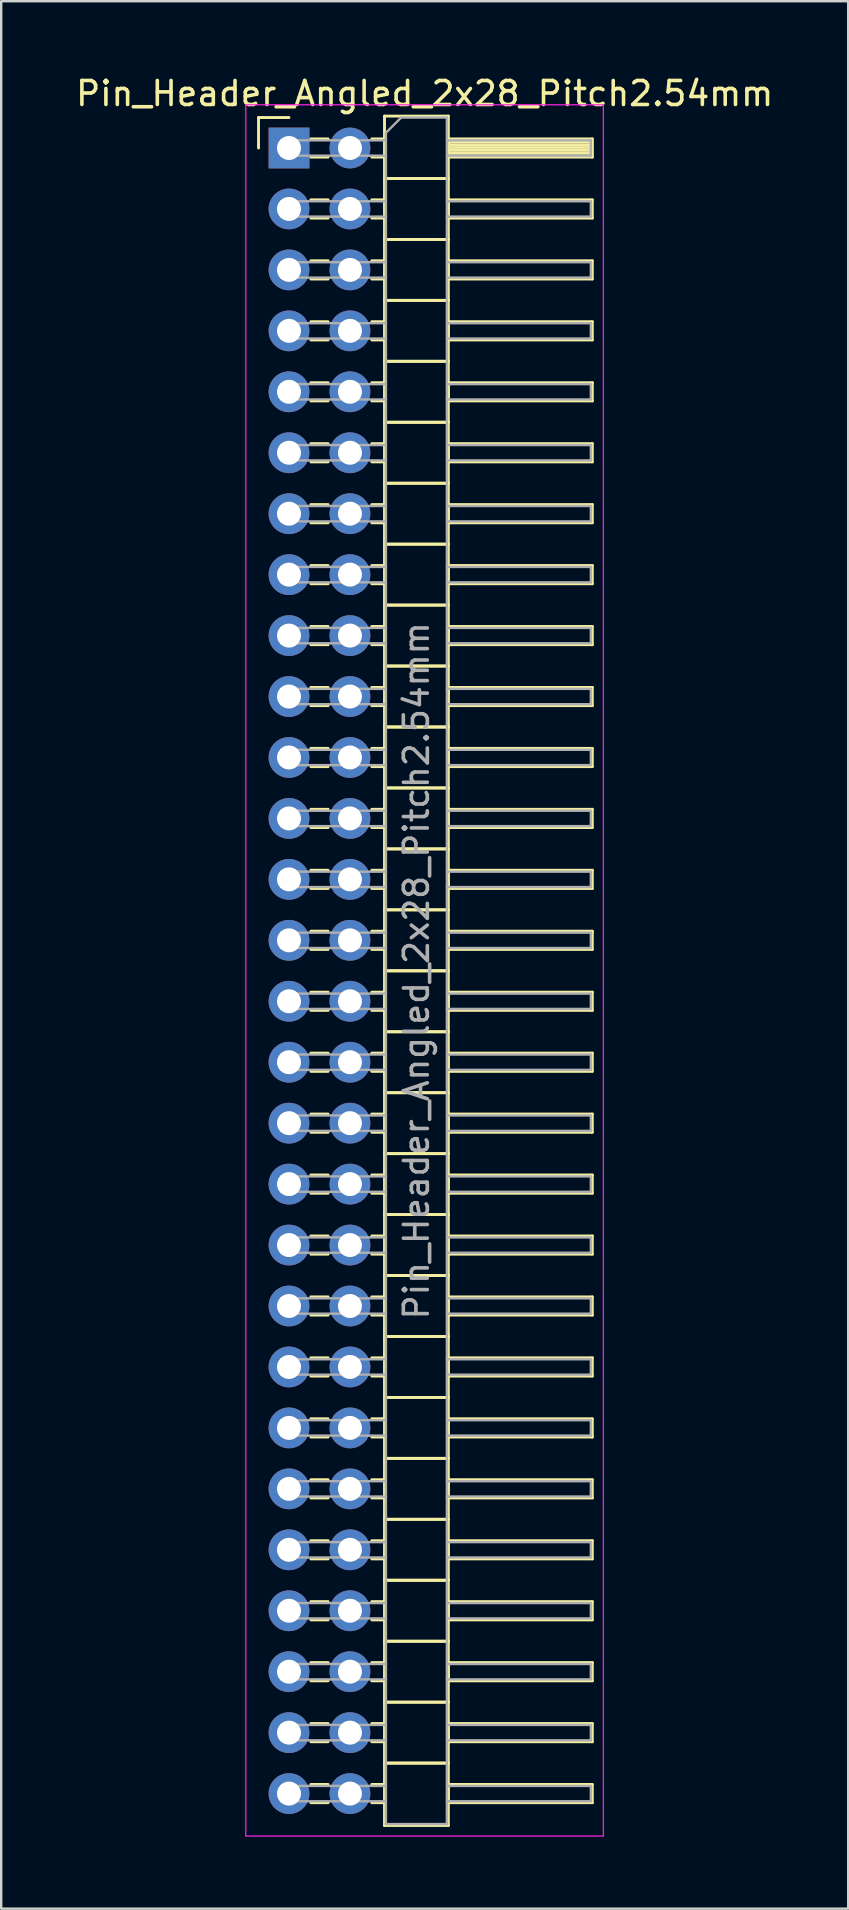
<source format=kicad_pcb>
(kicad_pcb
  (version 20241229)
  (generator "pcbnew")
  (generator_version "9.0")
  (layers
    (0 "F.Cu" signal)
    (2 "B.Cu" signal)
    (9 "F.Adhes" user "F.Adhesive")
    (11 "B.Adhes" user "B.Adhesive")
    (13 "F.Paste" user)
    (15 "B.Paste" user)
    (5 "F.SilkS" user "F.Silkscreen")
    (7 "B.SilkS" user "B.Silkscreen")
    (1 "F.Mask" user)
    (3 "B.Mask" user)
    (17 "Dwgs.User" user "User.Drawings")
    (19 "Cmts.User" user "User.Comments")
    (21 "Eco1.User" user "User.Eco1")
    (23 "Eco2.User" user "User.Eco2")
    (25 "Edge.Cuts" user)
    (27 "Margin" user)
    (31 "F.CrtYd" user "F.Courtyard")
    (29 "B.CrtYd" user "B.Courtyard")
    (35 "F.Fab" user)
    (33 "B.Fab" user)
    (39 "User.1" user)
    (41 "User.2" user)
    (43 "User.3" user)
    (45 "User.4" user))
  (footprint "Pin_Header_Angled_2x28_Pitch2.54mm"
    (layer "F.Cu")
    (at 8.994 3.118)
    (property "Reference" "Pin_Header_Angled_2x28_Pitch2.54mm" (at 5.655 -2.27 0) (layer "F.SilkS") (effects (font (size 1 1) (thickness 0.15))))
    (attr through_hole)
    (fp_line (start -1.27 -1.27) (end 0 -1.27) (stroke (width 0.12) (type solid)) (layer "F.SilkS"))
    (fp_line (start -1.27 0) (end -1.27 -1.27) (stroke (width 0.12) (type solid)) (layer "F.SilkS"))
    (fp_line (start 0.91 -0.38) (end 1.63 -0.38) (stroke (width 0.12) (type solid)) (layer "F.SilkS"))
    (fp_line (start 0.91 0.38) (end 1.63 0.38) (stroke (width 0.12) (type solid)) (layer "F.SilkS"))
    (fp_line (start 0.91 2.16) (end 1.63 2.16) (stroke (width 0.12) (type solid)) (layer "F.SilkS"))
    (fp_line (start 0.91 2.92) (end 1.63 2.92) (stroke (width 0.12) (type solid)) (layer "F.SilkS"))
    (fp_line (start 0.91 4.7) (end 1.63 4.7) (stroke (width 0.12) (type solid)) (layer "F.SilkS"))
    (fp_line (start 0.91 5.46) (end 1.63 5.46) (stroke (width 0.12) (type solid)) (layer "F.SilkS"))
    (fp_line (start 0.91 7.24) (end 1.63 7.24) (stroke (width 0.12) (type solid)) (layer "F.SilkS"))
    (fp_line (start 0.91 8) (end 1.63 8) (stroke (width 0.12) (type solid)) (layer "F.SilkS"))
    (fp_line (start 0.91 9.78) (end 1.63 9.78) (stroke (width 0.12) (type solid)) (layer "F.SilkS"))
    (fp_line (start 0.91 10.54) (end 1.63 10.54) (stroke (width 0.12) (type solid)) (layer "F.SilkS"))
    (fp_line (start 0.91 12.32) (end 1.63 12.32) (stroke (width 0.12) (type solid)) (layer "F.SilkS"))
    (fp_line (start 0.91 13.08) (end 1.63 13.08) (stroke (width 0.12) (type solid)) (layer "F.SilkS"))
    (fp_line (start 0.91 14.86) (end 1.63 14.86) (stroke (width 0.12) (type solid)) (layer "F.SilkS"))
    (fp_line (start 0.91 15.62) (end 1.63 15.62) (stroke (width 0.12) (type solid)) (layer "F.SilkS"))
    (fp_line (start 0.91 17.4) (end 1.63 17.4) (stroke (width 0.12) (type solid)) (layer "F.SilkS"))
    (fp_line (start 0.91 18.16) (end 1.63 18.16) (stroke (width 0.12) (type solid)) (layer "F.SilkS"))
    (fp_line (start 0.91 19.94) (end 1.63 19.94) (stroke (width 0.12) (type solid)) (layer "F.SilkS"))
    (fp_line (start 0.91 20.7) (end 1.63 20.7) (stroke (width 0.12) (type solid)) (layer "F.SilkS"))
    (fp_line (start 0.91 22.48) (end 1.63 22.48) (stroke (width 0.12) (type solid)) (layer "F.SilkS"))
    (fp_line (start 0.91 23.24) (end 1.63 23.24) (stroke (width 0.12) (type solid)) (layer "F.SilkS"))
    (fp_line (start 0.91 25.02) (end 1.63 25.02) (stroke (width 0.12) (type solid)) (layer "F.SilkS"))
    (fp_line (start 0.91 25.78) (end 1.63 25.78) (stroke (width 0.12) (type solid)) (layer "F.SilkS"))
    (fp_line (start 0.91 27.56) (end 1.63 27.56) (stroke (width 0.12) (type solid)) (layer "F.SilkS"))
    (fp_line (start 0.91 28.32) (end 1.63 28.32) (stroke (width 0.12) (type solid)) (layer "F.SilkS"))
    (fp_line (start 0.91 30.1) (end 1.63 30.1) (stroke (width 0.12) (type solid)) (layer "F.SilkS"))
    (fp_line (start 0.91 30.86) (end 1.63 30.86) (stroke (width 0.12) (type solid)) (layer "F.SilkS"))
    (fp_line (start 0.91 32.64) (end 1.63 32.64) (stroke (width 0.12) (type solid)) (layer "F.SilkS"))
    (fp_line (start 0.91 33.4) (end 1.63 33.4) (stroke (width 0.12) (type solid)) (layer "F.SilkS"))
    (fp_line (start 0.91 35.18) (end 1.63 35.18) (stroke (width 0.12) (type solid)) (layer "F.SilkS"))
    (fp_line (start 0.91 35.94) (end 1.63 35.94) (stroke (width 0.12) (type solid)) (layer "F.SilkS"))
    (fp_line (start 0.91 37.72) (end 1.63 37.72) (stroke (width 0.12) (type solid)) (layer "F.SilkS"))
    (fp_line (start 0.91 38.48) (end 1.63 38.48) (stroke (width 0.12) (type solid)) (layer "F.SilkS"))
    (fp_line (start 0.91 40.26) (end 1.63 40.26) (stroke (width 0.12) (type solid)) (layer "F.SilkS"))
    (fp_line (start 0.91 41.02) (end 1.63 41.02) (stroke (width 0.12) (type solid)) (layer "F.SilkS"))
    (fp_line (start 0.91 42.8) (end 1.63 42.8) (stroke (width 0.12) (type solid)) (layer "F.SilkS"))
    (fp_line (start 0.91 43.56) (end 1.63 43.56) (stroke (width 0.12) (type solid)) (layer "F.SilkS"))
    (fp_line (start 0.91 45.34) (end 1.63 45.34) (stroke (width 0.12) (type solid)) (layer "F.SilkS"))
    (fp_line (start 0.91 46.1) (end 1.63 46.1) (stroke (width 0.12) (type solid)) (layer "F.SilkS"))
    (fp_line (start 0.91 47.88) (end 1.63 47.88) (stroke (width 0.12) (type solid)) (layer "F.SilkS"))
    (fp_line (start 0.91 48.64) (end 1.63 48.64) (stroke (width 0.12) (type solid)) (layer "F.SilkS"))
    (fp_line (start 0.91 50.42) (end 1.63 50.42) (stroke (width 0.12) (type solid)) (layer "F.SilkS"))
    (fp_line (start 0.91 51.18) (end 1.63 51.18) (stroke (width 0.12) (type solid)) (layer "F.SilkS"))
    (fp_line (start 0.91 52.96) (end 1.63 52.96) (stroke (width 0.12) (type solid)) (layer "F.SilkS"))
    (fp_line (start 0.91 53.72) (end 1.63 53.72) (stroke (width 0.12) (type solid)) (layer "F.SilkS"))
    (fp_line (start 0.91 55.5) (end 1.63 55.5) (stroke (width 0.12) (type solid)) (layer "F.SilkS"))
    (fp_line (start 0.91 56.26) (end 1.63 56.26) (stroke (width 0.12) (type solid)) (layer "F.SilkS"))
    (fp_line (start 0.91 58.04) (end 1.63 58.04) (stroke (width 0.12) (type solid)) (layer "F.SilkS"))
    (fp_line (start 0.91 58.8) (end 1.63 58.8) (stroke (width 0.12) (type solid)) (layer "F.SilkS"))
    (fp_line (start 0.91 60.58) (end 1.63 60.58) (stroke (width 0.12) (type solid)) (layer "F.SilkS"))
    (fp_line (start 0.91 61.34) (end 1.63 61.34) (stroke (width 0.12) (type solid)) (layer "F.SilkS"))
    (fp_line (start 0.91 63.12) (end 1.63 63.12) (stroke (width 0.12) (type solid)) (layer "F.SilkS"))
    (fp_line (start 0.91 63.88) (end 1.63 63.88) (stroke (width 0.12) (type solid)) (layer "F.SilkS"))
    (fp_line (start 0.91 65.66) (end 1.63 65.66) (stroke (width 0.12) (type solid)) (layer "F.SilkS"))
    (fp_line (start 0.91 66.42) (end 1.63 66.42) (stroke (width 0.12) (type solid)) (layer "F.SilkS"))
    (fp_line (start 0.91 68.2) (end 1.63 68.2) (stroke (width 0.12) (type solid)) (layer "F.SilkS"))
    (fp_line (start 0.91 68.96) (end 1.63 68.96) (stroke (width 0.12) (type solid)) (layer "F.SilkS"))
    (fp_line (start 3.45 -0.38) (end 3.98 -0.38) (stroke (width 0.12) (type solid)) (layer "F.SilkS"))
    (fp_line (start 3.45 0.38) (end 3.98 0.38) (stroke (width 0.12) (type solid)) (layer "F.SilkS"))
    (fp_line (start 3.45 2.16) (end 3.98 2.16) (stroke (width 0.12) (type solid)) (layer "F.SilkS"))
    (fp_line (start 3.45 2.92) (end 3.98 2.92) (stroke (width 0.12) (type solid)) (layer "F.SilkS"))
    (fp_line (start 3.45 4.7) (end 3.98 4.7) (stroke (width 0.12) (type solid)) (layer "F.SilkS"))
    (fp_line (start 3.45 5.46) (end 3.98 5.46) (stroke (width 0.12) (type solid)) (layer "F.SilkS"))
    (fp_line (start 3.45 7.24) (end 3.98 7.24) (stroke (width 0.12) (type solid)) (layer "F.SilkS"))
    (fp_line (start 3.45 8) (end 3.98 8) (stroke (width 0.12) (type solid)) (layer "F.SilkS"))
    (fp_line (start 3.45 9.78) (end 3.98 9.78) (stroke (width 0.12) (type solid)) (layer "F.SilkS"))
    (fp_line (start 3.45 10.54) (end 3.98 10.54) (stroke (width 0.12) (type solid)) (layer "F.SilkS"))
    (fp_line (start 3.45 12.32) (end 3.98 12.32) (stroke (width 0.12) (type solid)) (layer "F.SilkS"))
    (fp_line (start 3.45 13.08) (end 3.98 13.08) (stroke (width 0.12) (type solid)) (layer "F.SilkS"))
    (fp_line (start 3.45 14.86) (end 3.98 14.86) (stroke (width 0.12) (type solid)) (layer "F.SilkS"))
    (fp_line (start 3.45 15.62) (end 3.98 15.62) (stroke (width 0.12) (type solid)) (layer "F.SilkS"))
    (fp_line (start 3.45 17.4) (end 3.98 17.4) (stroke (width 0.12) (type solid)) (layer "F.SilkS"))
    (fp_line (start 3.45 18.16) (end 3.98 18.16) (stroke (width 0.12) (type solid)) (layer "F.SilkS"))
    (fp_line (start 3.45 19.94) (end 3.98 19.94) (stroke (width 0.12) (type solid)) (layer "F.SilkS"))
    (fp_line (start 3.45 20.7) (end 3.98 20.7) (stroke (width 0.12) (type solid)) (layer "F.SilkS"))
    (fp_line (start 3.45 22.48) (end 3.98 22.48) (stroke (width 0.12) (type solid)) (layer "F.SilkS"))
    (fp_line (start 3.45 23.24) (end 3.98 23.24) (stroke (width 0.12) (type solid)) (layer "F.SilkS"))
    (fp_line (start 3.45 25.02) (end 3.98 25.02) (stroke (width 0.12) (type solid)) (layer "F.SilkS"))
    (fp_line (start 3.45 25.78) (end 3.98 25.78) (stroke (width 0.12) (type solid)) (layer "F.SilkS"))
    (fp_line (start 3.45 27.56) (end 3.98 27.56) (stroke (width 0.12) (type solid)) (layer "F.SilkS"))
    (fp_line (start 3.45 28.32) (end 3.98 28.32) (stroke (width 0.12) (type solid)) (layer "F.SilkS"))
    (fp_line (start 3.45 30.1) (end 3.98 30.1) (stroke (width 0.12) (type solid)) (layer "F.SilkS"))
    (fp_line (start 3.45 30.86) (end 3.98 30.86) (stroke (width 0.12) (type solid)) (layer "F.SilkS"))
    (fp_line (start 3.45 32.64) (end 3.98 32.64) (stroke (width 0.12) (type solid)) (layer "F.SilkS"))
    (fp_line (start 3.45 33.4) (end 3.98 33.4) (stroke (width 0.12) (type solid)) (layer "F.SilkS"))
    (fp_line (start 3.45 35.18) (end 3.98 35.18) (stroke (width 0.12) (type solid)) (layer "F.SilkS"))
    (fp_line (start 3.45 35.94) (end 3.98 35.94) (stroke (width 0.12) (type solid)) (layer "F.SilkS"))
    (fp_line (start 3.45 37.72) (end 3.98 37.72) (stroke (width 0.12) (type solid)) (layer "F.SilkS"))
    (fp_line (start 3.45 38.48) (end 3.98 38.48) (stroke (width 0.12) (type solid)) (layer "F.SilkS"))
    (fp_line (start 3.45 40.26) (end 3.98 40.26) (stroke (width 0.12) (type solid)) (layer "F.SilkS"))
    (fp_line (start 3.45 41.02) (end 3.98 41.02) (stroke (width 0.12) (type solid)) (layer "F.SilkS"))
    (fp_line (start 3.45 42.8) (end 3.98 42.8) (stroke (width 0.12) (type solid)) (layer "F.SilkS"))
    (fp_line (start 3.45 43.56) (end 3.98 43.56) (stroke (width 0.12) (type solid)) (layer "F.SilkS"))
    (fp_line (start 3.45 45.34) (end 3.98 45.34) (stroke (width 0.12) (type solid)) (layer "F.SilkS"))
    (fp_line (start 3.45 46.1) (end 3.98 46.1) (stroke (width 0.12) (type solid)) (layer "F.SilkS"))
    (fp_line (start 3.45 47.88) (end 3.98 47.88) (stroke (width 0.12) (type solid)) (layer "F.SilkS"))
    (fp_line (start 3.45 48.64) (end 3.98 48.64) (stroke (width 0.12) (type solid)) (layer "F.SilkS"))
    (fp_line (start 3.45 50.42) (end 3.98 50.42) (stroke (width 0.12) (type solid)) (layer "F.SilkS"))
    (fp_line (start 3.45 51.18) (end 3.98 51.18) (stroke (width 0.12) (type solid)) (layer "F.SilkS"))
    (fp_line (start 3.45 52.96) (end 3.98 52.96) (stroke (width 0.12) (type solid)) (layer "F.SilkS"))
    (fp_line (start 3.45 53.72) (end 3.98 53.72) (stroke (width 0.12) (type solid)) (layer "F.SilkS"))
    (fp_line (start 3.45 55.5) (end 3.98 55.5) (stroke (width 0.12) (type solid)) (layer "F.SilkS"))
    (fp_line (start 3.45 56.26) (end 3.98 56.26) (stroke (width 0.12) (type solid)) (layer "F.SilkS"))
    (fp_line (start 3.45 58.04) (end 3.98 58.04) (stroke (width 0.12) (type solid)) (layer "F.SilkS"))
    (fp_line (start 3.45 58.8) (end 3.98 58.8) (stroke (width 0.12) (type solid)) (layer "F.SilkS"))
    (fp_line (start 3.45 60.58) (end 3.98 60.58) (stroke (width 0.12) (type solid)) (layer "F.SilkS"))
    (fp_line (start 3.45 61.34) (end 3.98 61.34) (stroke (width 0.12) (type solid)) (layer "F.SilkS"))
    (fp_line (start 3.45 63.12) (end 3.98 63.12) (stroke (width 0.12) (type solid)) (layer "F.SilkS"))
    (fp_line (start 3.45 63.88) (end 3.98 63.88) (stroke (width 0.12) (type solid)) (layer "F.SilkS"))
    (fp_line (start 3.45 65.66) (end 3.98 65.66) (stroke (width 0.12) (type solid)) (layer "F.SilkS"))
    (fp_line (start 3.45 66.42) (end 3.98 66.42) (stroke (width 0.12) (type solid)) (layer "F.SilkS"))
    (fp_line (start 3.45 68.2) (end 3.98 68.2) (stroke (width 0.12) (type solid)) (layer "F.SilkS"))
    (fp_line (start 3.45 68.96) (end 3.98 68.96) (stroke (width 0.12) (type solid)) (layer "F.SilkS"))
    (fp_line (start 3.98 -1.33) (end 3.98 1.27) (stroke (width 0.12) (type solid)) (layer "F.SilkS"))
    (fp_line (start 3.98 1.27) (end 3.98 3.81) (stroke (width 0.12) (type solid)) (layer "F.SilkS"))
    (fp_line (start 3.98 1.27) (end 6.64 1.27) (stroke (width 0.12) (type solid)) (layer "F.SilkS"))
    (fp_line (start 3.98 3.81) (end 3.98 6.35) (stroke (width 0.12) (type solid)) (layer "F.SilkS"))
    (fp_line (start 3.98 3.81) (end 6.64 3.81) (stroke (width 0.12) (type solid)) (layer "F.SilkS"))
    (fp_line (start 3.98 6.35) (end 3.98 8.89) (stroke (width 0.12) (type solid)) (layer "F.SilkS"))
    (fp_line (start 3.98 6.35) (end 6.64 6.35) (stroke (width 0.12) (type solid)) (layer "F.SilkS"))
    (fp_line (start 3.98 8.89) (end 3.98 11.43) (stroke (width 0.12) (type solid)) (layer "F.SilkS"))
    (fp_line (start 3.98 8.89) (end 6.64 8.89) (stroke (width 0.12) (type solid)) (layer "F.SilkS"))
    (fp_line (start 3.98 11.43) (end 3.98 13.97) (stroke (width 0.12) (type solid)) (layer "F.SilkS"))
    (fp_line (start 3.98 11.43) (end 6.64 11.43) (stroke (width 0.12) (type solid)) (layer "F.SilkS"))
    (fp_line (start 3.98 13.97) (end 3.98 16.51) (stroke (width 0.12) (type solid)) (layer "F.SilkS"))
    (fp_line (start 3.98 13.97) (end 6.64 13.97) (stroke (width 0.12) (type solid)) (layer "F.SilkS"))
    (fp_line (start 3.98 16.51) (end 3.98 19.05) (stroke (width 0.12) (type solid)) (layer "F.SilkS"))
    (fp_line (start 3.98 16.51) (end 6.64 16.51) (stroke (width 0.12) (type solid)) (layer "F.SilkS"))
    (fp_line (start 3.98 19.05) (end 3.98 21.59) (stroke (width 0.12) (type solid)) (layer "F.SilkS"))
    (fp_line (start 3.98 19.05) (end 6.64 19.05) (stroke (width 0.12) (type solid)) (layer "F.SilkS"))
    (fp_line (start 3.98 21.59) (end 3.98 24.13) (stroke (width 0.12) (type solid)) (layer "F.SilkS"))
    (fp_line (start 3.98 21.59) (end 6.64 21.59) (stroke (width 0.12) (type solid)) (layer "F.SilkS"))
    (fp_line (start 3.98 24.13) (end 3.98 26.67) (stroke (width 0.12) (type solid)) (layer "F.SilkS"))
    (fp_line (start 3.98 24.13) (end 6.64 24.13) (stroke (width 0.12) (type solid)) (layer "F.SilkS"))
    (fp_line (start 3.98 26.67) (end 3.98 29.21) (stroke (width 0.12) (type solid)) (layer "F.SilkS"))
    (fp_line (start 3.98 26.67) (end 6.64 26.67) (stroke (width 0.12) (type solid)) (layer "F.SilkS"))
    (fp_line (start 3.98 29.21) (end 3.98 31.75) (stroke (width 0.12) (type solid)) (layer "F.SilkS"))
    (fp_line (start 3.98 29.21) (end 6.64 29.21) (stroke (width 0.12) (type solid)) (layer "F.SilkS"))
    (fp_line (start 3.98 31.75) (end 3.98 34.29) (stroke (width 0.12) (type solid)) (layer "F.SilkS"))
    (fp_line (start 3.98 31.75) (end 6.64 31.75) (stroke (width 0.12) (type solid)) (layer "F.SilkS"))
    (fp_line (start 3.98 34.29) (end 3.98 36.83) (stroke (width 0.12) (type solid)) (layer "F.SilkS"))
    (fp_line (start 3.98 34.29) (end 6.64 34.29) (stroke (width 0.12) (type solid)) (layer "F.SilkS"))
    (fp_line (start 3.98 36.83) (end 3.98 39.37) (stroke (width 0.12) (type solid)) (layer "F.SilkS"))
    (fp_line (start 3.98 36.83) (end 6.64 36.83) (stroke (width 0.12) (type solid)) (layer "F.SilkS"))
    (fp_line (start 3.98 39.37) (end 3.98 41.91) (stroke (width 0.12) (type solid)) (layer "F.SilkS"))
    (fp_line (start 3.98 39.37) (end 6.64 39.37) (stroke (width 0.12) (type solid)) (layer "F.SilkS"))
    (fp_line (start 3.98 41.91) (end 3.98 44.45) (stroke (width 0.12) (type solid)) (layer "F.SilkS"))
    (fp_line (start 3.98 41.91) (end 6.64 41.91) (stroke (width 0.12) (type solid)) (layer "F.SilkS"))
    (fp_line (start 3.98 44.45) (end 3.98 46.99) (stroke (width 0.12) (type solid)) (layer "F.SilkS"))
    (fp_line (start 3.98 44.45) (end 6.64 44.45) (stroke (width 0.12) (type solid)) (layer "F.SilkS"))
    (fp_line (start 3.98 46.99) (end 3.98 49.53) (stroke (width 0.12) (type solid)) (layer "F.SilkS"))
    (fp_line (start 3.98 46.99) (end 6.64 46.99) (stroke (width 0.12) (type solid)) (layer "F.SilkS"))
    (fp_line (start 3.98 49.53) (end 3.98 52.07) (stroke (width 0.12) (type solid)) (layer "F.SilkS"))
    (fp_line (start 3.98 49.53) (end 6.64 49.53) (stroke (width 0.12) (type solid)) (layer "F.SilkS"))
    (fp_line (start 3.98 52.07) (end 3.98 54.61) (stroke (width 0.12) (type solid)) (layer "F.SilkS"))
    (fp_line (start 3.98 52.07) (end 6.64 52.07) (stroke (width 0.12) (type solid)) (layer "F.SilkS"))
    (fp_line (start 3.98 54.61) (end 3.98 57.15) (stroke (width 0.12) (type solid)) (layer "F.SilkS"))
    (fp_line (start 3.98 54.61) (end 6.64 54.61) (stroke (width 0.12) (type solid)) (layer "F.SilkS"))
    (fp_line (start 3.98 57.15) (end 3.98 59.69) (stroke (width 0.12) (type solid)) (layer "F.SilkS"))
    (fp_line (start 3.98 57.15) (end 6.64 57.15) (stroke (width 0.12) (type solid)) (layer "F.SilkS"))
    (fp_line (start 3.98 59.69) (end 3.98 62.23) (stroke (width 0.12) (type solid)) (layer "F.SilkS"))
    (fp_line (start 3.98 59.69) (end 6.64 59.69) (stroke (width 0.12) (type solid)) (layer "F.SilkS"))
    (fp_line (start 3.98 62.23) (end 3.98 64.77) (stroke (width 0.12) (type solid)) (layer "F.SilkS"))
    (fp_line (start 3.98 62.23) (end 6.64 62.23) (stroke (width 0.12) (type solid)) (layer "F.SilkS"))
    (fp_line (start 3.98 64.77) (end 3.98 67.31) (stroke (width 0.12) (type solid)) (layer "F.SilkS"))
    (fp_line (start 3.98 64.77) (end 6.64 64.77) (stroke (width 0.12) (type solid)) (layer "F.SilkS"))
    (fp_line (start 3.98 67.31) (end 3.98 69.91) (stroke (width 0.12) (type solid)) (layer "F.SilkS"))
    (fp_line (start 3.98 67.31) (end 6.64 67.31) (stroke (width 0.12) (type solid)) (layer "F.SilkS"))
    (fp_line (start 3.98 69.91) (end 6.64 69.91) (stroke (width 0.12) (type solid)) (layer "F.SilkS"))
    (fp_line (start 6.64 -1.33) (end 3.98 -1.33) (stroke (width 0.12) (type solid)) (layer "F.SilkS"))
    (fp_line (start 6.64 -0.38) (end 6.64 0.38) (stroke (width 0.12) (type solid)) (layer "F.SilkS"))
    (fp_line (start 6.64 -0.26) (end 12.64 -0.26) (stroke (width 0.12) (type solid)) (layer "F.SilkS"))
    (fp_line (start 6.64 -0.14) (end 12.64 -0.14) (stroke (width 0.12) (type solid)) (layer "F.SilkS"))
    (fp_line (start 6.64 -0.02) (end 12.64 -0.02) (stroke (width 0.12) (type solid)) (layer "F.SilkS"))
    (fp_line (start 6.64 0.1) (end 12.64 0.1) (stroke (width 0.12) (type solid)) (layer "F.SilkS"))
    (fp_line (start 6.64 0.22) (end 12.64 0.22) (stroke (width 0.12) (type solid)) (layer "F.SilkS"))
    (fp_line (start 6.64 0.34) (end 12.64 0.34) (stroke (width 0.12) (type solid)) (layer "F.SilkS"))
    (fp_line (start 6.64 0.38) (end 12.64 0.38) (stroke (width 0.12) (type solid)) (layer "F.SilkS"))
    (fp_line (start 6.64 1.27) (end 3.98 1.27) (stroke (width 0.12) (type solid)) (layer "F.SilkS"))
    (fp_line (start 6.64 1.27) (end 6.64 -1.33) (stroke (width 0.12) (type solid)) (layer "F.SilkS"))
    (fp_line (start 6.64 2.16) (end 6.64 2.92) (stroke (width 0.12) (type solid)) (layer "F.SilkS"))
    (fp_line (start 6.64 2.92) (end 12.64 2.92) (stroke (width 0.12) (type solid)) (layer "F.SilkS"))
    (fp_line (start 6.64 3.81) (end 3.98 3.81) (stroke (width 0.12) (type solid)) (layer "F.SilkS"))
    (fp_line (start 6.64 3.81) (end 6.64 1.27) (stroke (width 0.12) (type solid)) (layer "F.SilkS"))
    (fp_line (start 6.64 4.7) (end 6.64 5.46) (stroke (width 0.12) (type solid)) (layer "F.SilkS"))
    (fp_line (start 6.64 5.46) (end 12.64 5.46) (stroke (width 0.12) (type solid)) (layer "F.SilkS"))
    (fp_line (start 6.64 6.35) (end 3.98 6.35) (stroke (width 0.12) (type solid)) (layer "F.SilkS"))
    (fp_line (start 6.64 6.35) (end 6.64 3.81) (stroke (width 0.12) (type solid)) (layer "F.SilkS"))
    (fp_line (start 6.64 7.24) (end 6.64 8) (stroke (width 0.12) (type solid)) (layer "F.SilkS"))
    (fp_line (start 6.64 8) (end 12.64 8) (stroke (width 0.12) (type solid)) (layer "F.SilkS"))
    (fp_line (start 6.64 8.89) (end 3.98 8.89) (stroke (width 0.12) (type solid)) (layer "F.SilkS"))
    (fp_line (start 6.64 8.89) (end 6.64 6.35) (stroke (width 0.12) (type solid)) (layer "F.SilkS"))
    (fp_line (start 6.64 9.78) (end 6.64 10.54) (stroke (width 0.12) (type solid)) (layer "F.SilkS"))
    (fp_line (start 6.64 10.54) (end 12.64 10.54) (stroke (width 0.12) (type solid)) (layer "F.SilkS"))
    (fp_line (start 6.64 11.43) (end 3.98 11.43) (stroke (width 0.12) (type solid)) (layer "F.SilkS"))
    (fp_line (start 6.64 11.43) (end 6.64 8.89) (stroke (width 0.12) (type solid)) (layer "F.SilkS"))
    (fp_line (start 6.64 12.32) (end 6.64 13.08) (stroke (width 0.12) (type solid)) (layer "F.SilkS"))
    (fp_line (start 6.64 13.08) (end 12.64 13.08) (stroke (width 0.12) (type solid)) (layer "F.SilkS"))
    (fp_line (start 6.64 13.97) (end 3.98 13.97) (stroke (width 0.12) (type solid)) (layer "F.SilkS"))
    (fp_line (start 6.64 13.97) (end 6.64 11.43) (stroke (width 0.12) (type solid)) (layer "F.SilkS"))
    (fp_line (start 6.64 14.86) (end 6.64 15.62) (stroke (width 0.12) (type solid)) (layer "F.SilkS"))
    (fp_line (start 6.64 15.62) (end 12.64 15.62) (stroke (width 0.12) (type solid)) (layer "F.SilkS"))
    (fp_line (start 6.64 16.51) (end 3.98 16.51) (stroke (width 0.12) (type solid)) (layer "F.SilkS"))
    (fp_line (start 6.64 16.51) (end 6.64 13.97) (stroke (width 0.12) (type solid)) (layer "F.SilkS"))
    (fp_line (start 6.64 17.4) (end 6.64 18.16) (stroke (width 0.12) (type solid)) (layer "F.SilkS"))
    (fp_line (start 6.64 18.16) (end 12.64 18.16) (stroke (width 0.12) (type solid)) (layer "F.SilkS"))
    (fp_line (start 6.64 19.05) (end 3.98 19.05) (stroke (width 0.12) (type solid)) (layer "F.SilkS"))
    (fp_line (start 6.64 19.05) (end 6.64 16.51) (stroke (width 0.12) (type solid)) (layer "F.SilkS"))
    (fp_line (start 6.64 19.94) (end 6.64 20.7) (stroke (width 0.12) (type solid)) (layer "F.SilkS"))
    (fp_line (start 6.64 20.7) (end 12.64 20.7) (stroke (width 0.12) (type solid)) (layer "F.SilkS"))
    (fp_line (start 6.64 21.59) (end 3.98 21.59) (stroke (width 0.12) (type solid)) (layer "F.SilkS"))
    (fp_line (start 6.64 21.59) (end 6.64 19.05) (stroke (width 0.12) (type solid)) (layer "F.SilkS"))
    (fp_line (start 6.64 22.48) (end 6.64 23.24) (stroke (width 0.12) (type solid)) (layer "F.SilkS"))
    (fp_line (start 6.64 23.24) (end 12.64 23.24) (stroke (width 0.12) (type solid)) (layer "F.SilkS"))
    (fp_line (start 6.64 24.13) (end 3.98 24.13) (stroke (width 0.12) (type solid)) (layer "F.SilkS"))
    (fp_line (start 6.64 24.13) (end 6.64 21.59) (stroke (width 0.12) (type solid)) (layer "F.SilkS"))
    (fp_line (start 6.64 25.02) (end 6.64 25.78) (stroke (width 0.12) (type solid)) (layer "F.SilkS"))
    (fp_line (start 6.64 25.78) (end 12.64 25.78) (stroke (width 0.12) (type solid)) (layer "F.SilkS"))
    (fp_line (start 6.64 26.67) (end 3.98 26.67) (stroke (width 0.12) (type solid)) (layer "F.SilkS"))
    (fp_line (start 6.64 26.67) (end 6.64 24.13) (stroke (width 0.12) (type solid)) (layer "F.SilkS"))
    (fp_line (start 6.64 27.56) (end 6.64 28.32) (stroke (width 0.12) (type solid)) (layer "F.SilkS"))
    (fp_line (start 6.64 28.32) (end 12.64 28.32) (stroke (width 0.12) (type solid)) (layer "F.SilkS"))
    (fp_line (start 6.64 29.21) (end 3.98 29.21) (stroke (width 0.12) (type solid)) (layer "F.SilkS"))
    (fp_line (start 6.64 29.21) (end 6.64 26.67) (stroke (width 0.12) (type solid)) (layer "F.SilkS"))
    (fp_line (start 6.64 30.1) (end 6.64 30.86) (stroke (width 0.12) (type solid)) (layer "F.SilkS"))
    (fp_line (start 6.64 30.86) (end 12.64 30.86) (stroke (width 0.12) (type solid)) (layer "F.SilkS"))
    (fp_line (start 6.64 31.75) (end 3.98 31.75) (stroke (width 0.12) (type solid)) (layer "F.SilkS"))
    (fp_line (start 6.64 31.75) (end 6.64 29.21) (stroke (width 0.12) (type solid)) (layer "F.SilkS"))
    (fp_line (start 6.64 32.64) (end 6.64 33.4) (stroke (width 0.12) (type solid)) (layer "F.SilkS"))
    (fp_line (start 6.64 33.4) (end 12.64 33.4) (stroke (width 0.12) (type solid)) (layer "F.SilkS"))
    (fp_line (start 6.64 34.29) (end 3.98 34.29) (stroke (width 0.12) (type solid)) (layer "F.SilkS"))
    (fp_line (start 6.64 34.29) (end 6.64 31.75) (stroke (width 0.12) (type solid)) (layer "F.SilkS"))
    (fp_line (start 6.64 35.18) (end 6.64 35.94) (stroke (width 0.12) (type solid)) (layer "F.SilkS"))
    (fp_line (start 6.64 35.94) (end 12.64 35.94) (stroke (width 0.12) (type solid)) (layer "F.SilkS"))
    (fp_line (start 6.64 36.83) (end 3.98 36.83) (stroke (width 0.12) (type solid)) (layer "F.SilkS"))
    (fp_line (start 6.64 36.83) (end 6.64 34.29) (stroke (width 0.12) (type solid)) (layer "F.SilkS"))
    (fp_line (start 6.64 37.72) (end 6.64 38.48) (stroke (width 0.12) (type solid)) (layer "F.SilkS"))
    (fp_line (start 6.64 38.48) (end 12.64 38.48) (stroke (width 0.12) (type solid)) (layer "F.SilkS"))
    (fp_line (start 6.64 39.37) (end 3.98 39.37) (stroke (width 0.12) (type solid)) (layer "F.SilkS"))
    (fp_line (start 6.64 39.37) (end 6.64 36.83) (stroke (width 0.12) (type solid)) (layer "F.SilkS"))
    (fp_line (start 6.64 40.26) (end 6.64 41.02) (stroke (width 0.12) (type solid)) (layer "F.SilkS"))
    (fp_line (start 6.64 41.02) (end 12.64 41.02) (stroke (width 0.12) (type solid)) (layer "F.SilkS"))
    (fp_line (start 6.64 41.91) (end 3.98 41.91) (stroke (width 0.12) (type solid)) (layer "F.SilkS"))
    (fp_line (start 6.64 41.91) (end 6.64 39.37) (stroke (width 0.12) (type solid)) (layer "F.SilkS"))
    (fp_line (start 6.64 42.8) (end 6.64 43.56) (stroke (width 0.12) (type solid)) (layer "F.SilkS"))
    (fp_line (start 6.64 43.56) (end 12.64 43.56) (stroke (width 0.12) (type solid)) (layer "F.SilkS"))
    (fp_line (start 6.64 44.45) (end 3.98 44.45) (stroke (width 0.12) (type solid)) (layer "F.SilkS"))
    (fp_line (start 6.64 44.45) (end 6.64 41.91) (stroke (width 0.12) (type solid)) (layer "F.SilkS"))
    (fp_line (start 6.64 45.34) (end 6.64 46.1) (stroke (width 0.12) (type solid)) (layer "F.SilkS"))
    (fp_line (start 6.64 46.1) (end 12.64 46.1) (stroke (width 0.12) (type solid)) (layer "F.SilkS"))
    (fp_line (start 6.64 46.99) (end 3.98 46.99) (stroke (width 0.12) (type solid)) (layer "F.SilkS"))
    (fp_line (start 6.64 46.99) (end 6.64 44.45) (stroke (width 0.12) (type solid)) (layer "F.SilkS"))
    (fp_line (start 6.64 47.88) (end 6.64 48.64) (stroke (width 0.12) (type solid)) (layer "F.SilkS"))
    (fp_line (start 6.64 48.64) (end 12.64 48.64) (stroke (width 0.12) (type solid)) (layer "F.SilkS"))
    (fp_line (start 6.64 49.53) (end 3.98 49.53) (stroke (width 0.12) (type solid)) (layer "F.SilkS"))
    (fp_line (start 6.64 49.53) (end 6.64 46.99) (stroke (width 0.12) (type solid)) (layer "F.SilkS"))
    (fp_line (start 6.64 50.42) (end 6.64 51.18) (stroke (width 0.12) (type solid)) (layer "F.SilkS"))
    (fp_line (start 6.64 51.18) (end 12.64 51.18) (stroke (width 0.12) (type solid)) (layer "F.SilkS"))
    (fp_line (start 6.64 52.07) (end 3.98 52.07) (stroke (width 0.12) (type solid)) (layer "F.SilkS"))
    (fp_line (start 6.64 52.07) (end 6.64 49.53) (stroke (width 0.12) (type solid)) (layer "F.SilkS"))
    (fp_line (start 6.64 52.96) (end 6.64 53.72) (stroke (width 0.12) (type solid)) (layer "F.SilkS"))
    (fp_line (start 6.64 53.72) (end 12.64 53.72) (stroke (width 0.12) (type solid)) (layer "F.SilkS"))
    (fp_line (start 6.64 54.61) (end 3.98 54.61) (stroke (width 0.12) (type solid)) (layer "F.SilkS"))
    (fp_line (start 6.64 54.61) (end 6.64 52.07) (stroke (width 0.12) (type solid)) (layer "F.SilkS"))
    (fp_line (start 6.64 55.5) (end 6.64 56.26) (stroke (width 0.12) (type solid)) (layer "F.SilkS"))
    (fp_line (start 6.64 56.26) (end 12.64 56.26) (stroke (width 0.12) (type solid)) (layer "F.SilkS"))
    (fp_line (start 6.64 57.15) (end 3.98 57.15) (stroke (width 0.12) (type solid)) (layer "F.SilkS"))
    (fp_line (start 6.64 57.15) (end 6.64 54.61) (stroke (width 0.12) (type solid)) (layer "F.SilkS"))
    (fp_line (start 6.64 58.04) (end 6.64 58.8) (stroke (width 0.12) (type solid)) (layer "F.SilkS"))
    (fp_line (start 6.64 58.8) (end 12.64 58.8) (stroke (width 0.12) (type solid)) (layer "F.SilkS"))
    (fp_line (start 6.64 59.69) (end 3.98 59.69) (stroke (width 0.12) (type solid)) (layer "F.SilkS"))
    (fp_line (start 6.64 59.69) (end 6.64 57.15) (stroke (width 0.12) (type solid)) (layer "F.SilkS"))
    (fp_line (start 6.64 60.58) (end 6.64 61.34) (stroke (width 0.12) (type solid)) (layer "F.SilkS"))
    (fp_line (start 6.64 61.34) (end 12.64 61.34) (stroke (width 0.12) (type solid)) (layer "F.SilkS"))
    (fp_line (start 6.64 62.23) (end 3.98 62.23) (stroke (width 0.12) (type solid)) (layer "F.SilkS"))
    (fp_line (start 6.64 62.23) (end 6.64 59.69) (stroke (width 0.12) (type solid)) (layer "F.SilkS"))
    (fp_line (start 6.64 63.12) (end 6.64 63.88) (stroke (width 0.12) (type solid)) (layer "F.SilkS"))
    (fp_line (start 6.64 63.88) (end 12.64 63.88) (stroke (width 0.12) (type solid)) (layer "F.SilkS"))
    (fp_line (start 6.64 64.77) (end 3.98 64.77) (stroke (width 0.12) (type solid)) (layer "F.SilkS"))
    (fp_line (start 6.64 64.77) (end 6.64 62.23) (stroke (width 0.12) (type solid)) (layer "F.SilkS"))
    (fp_line (start 6.64 65.66) (end 6.64 66.42) (stroke (width 0.12) (type solid)) (layer "F.SilkS"))
    (fp_line (start 6.64 66.42) (end 12.64 66.42) (stroke (width 0.12) (type solid)) (layer "F.SilkS"))
    (fp_line (start 6.64 67.31) (end 3.98 67.31) (stroke (width 0.12) (type solid)) (layer "F.SilkS"))
    (fp_line (start 6.64 67.31) (end 6.64 64.77) (stroke (width 0.12) (type solid)) (layer "F.SilkS"))
    (fp_line (start 6.64 68.2) (end 6.64 68.96) (stroke (width 0.12) (type solid)) (layer "F.SilkS"))
    (fp_line (start 6.64 68.96) (end 12.64 68.96) (stroke (width 0.12) (type solid)) (layer "F.SilkS"))
    (fp_line (start 6.64 69.91) (end 6.64 67.31) (stroke (width 0.12) (type solid)) (layer "F.SilkS"))
    (fp_line (start 12.64 -0.38) (end 6.64 -0.38) (stroke (width 0.12) (type solid)) (layer "F.SilkS"))
    (fp_line (start 12.64 0.38) (end 12.64 -0.38) (stroke (width 0.12) (type solid)) (layer "F.SilkS"))
    (fp_line (start 12.64 2.16) (end 6.64 2.16) (stroke (width 0.12) (type solid)) (layer "F.SilkS"))
    (fp_line (start 12.64 2.92) (end 12.64 2.16) (stroke (width 0.12) (type solid)) (layer "F.SilkS"))
    (fp_line (start 12.64 4.7) (end 6.64 4.7) (stroke (width 0.12) (type solid)) (layer "F.SilkS"))
    (fp_line (start 12.64 5.46) (end 12.64 4.7) (stroke (width 0.12) (type solid)) (layer "F.SilkS"))
    (fp_line (start 12.64 7.24) (end 6.64 7.24) (stroke (width 0.12) (type solid)) (layer "F.SilkS"))
    (fp_line (start 12.64 8) (end 12.64 7.24) (stroke (width 0.12) (type solid)) (layer "F.SilkS"))
    (fp_line (start 12.64 9.78) (end 6.64 9.78) (stroke (width 0.12) (type solid)) (layer "F.SilkS"))
    (fp_line (start 12.64 10.54) (end 12.64 9.78) (stroke (width 0.12) (type solid)) (layer "F.SilkS"))
    (fp_line (start 12.64 12.32) (end 6.64 12.32) (stroke (width 0.12) (type solid)) (layer "F.SilkS"))
    (fp_line (start 12.64 13.08) (end 12.64 12.32) (stroke (width 0.12) (type solid)) (layer "F.SilkS"))
    (fp_line (start 12.64 14.86) (end 6.64 14.86) (stroke (width 0.12) (type solid)) (layer "F.SilkS"))
    (fp_line (start 12.64 15.62) (end 12.64 14.86) (stroke (width 0.12) (type solid)) (layer "F.SilkS"))
    (fp_line (start 12.64 17.4) (end 6.64 17.4) (stroke (width 0.12) (type solid)) (layer "F.SilkS"))
    (fp_line (start 12.64 18.16) (end 12.64 17.4) (stroke (width 0.12) (type solid)) (layer "F.SilkS"))
    (fp_line (start 12.64 19.94) (end 6.64 19.94) (stroke (width 0.12) (type solid)) (layer "F.SilkS"))
    (fp_line (start 12.64 20.7) (end 12.64 19.94) (stroke (width 0.12) (type solid)) (layer "F.SilkS"))
    (fp_line (start 12.64 22.48) (end 6.64 22.48) (stroke (width 0.12) (type solid)) (layer "F.SilkS"))
    (fp_line (start 12.64 23.24) (end 12.64 22.48) (stroke (width 0.12) (type solid)) (layer "F.SilkS"))
    (fp_line (start 12.64 25.02) (end 6.64 25.02) (stroke (width 0.12) (type solid)) (layer "F.SilkS"))
    (fp_line (start 12.64 25.78) (end 12.64 25.02) (stroke (width 0.12) (type solid)) (layer "F.SilkS"))
    (fp_line (start 12.64 27.56) (end 6.64 27.56) (stroke (width 0.12) (type solid)) (layer "F.SilkS"))
    (fp_line (start 12.64 28.32) (end 12.64 27.56) (stroke (width 0.12) (type solid)) (layer "F.SilkS"))
    (fp_line (start 12.64 30.1) (end 6.64 30.1) (stroke (width 0.12) (type solid)) (layer "F.SilkS"))
    (fp_line (start 12.64 30.86) (end 12.64 30.1) (stroke (width 0.12) (type solid)) (layer "F.SilkS"))
    (fp_line (start 12.64 32.64) (end 6.64 32.64) (stroke (width 0.12) (type solid)) (layer "F.SilkS"))
    (fp_line (start 12.64 33.4) (end 12.64 32.64) (stroke (width 0.12) (type solid)) (layer "F.SilkS"))
    (fp_line (start 12.64 35.18) (end 6.64 35.18) (stroke (width 0.12) (type solid)) (layer "F.SilkS"))
    (fp_line (start 12.64 35.94) (end 12.64 35.18) (stroke (width 0.12) (type solid)) (layer "F.SilkS"))
    (fp_line (start 12.64 37.72) (end 6.64 37.72) (stroke (width 0.12) (type solid)) (layer "F.SilkS"))
    (fp_line (start 12.64 38.48) (end 12.64 37.72) (stroke (width 0.12) (type solid)) (layer "F.SilkS"))
    (fp_line (start 12.64 40.26) (end 6.64 40.26) (stroke (width 0.12) (type solid)) (layer "F.SilkS"))
    (fp_line (start 12.64 41.02) (end 12.64 40.26) (stroke (width 0.12) (type solid)) (layer "F.SilkS"))
    (fp_line (start 12.64 42.8) (end 6.64 42.8) (stroke (width 0.12) (type solid)) (layer "F.SilkS"))
    (fp_line (start 12.64 43.56) (end 12.64 42.8) (stroke (width 0.12) (type solid)) (layer "F.SilkS"))
    (fp_line (start 12.64 45.34) (end 6.64 45.34) (stroke (width 0.12) (type solid)) (layer "F.SilkS"))
    (fp_line (start 12.64 46.1) (end 12.64 45.34) (stroke (width 0.12) (type solid)) (layer "F.SilkS"))
    (fp_line (start 12.64 47.88) (end 6.64 47.88) (stroke (width 0.12) (type solid)) (layer "F.SilkS"))
    (fp_line (start 12.64 48.64) (end 12.64 47.88) (stroke (width 0.12) (type solid)) (layer "F.SilkS"))
    (fp_line (start 12.64 50.42) (end 6.64 50.42) (stroke (width 0.12) (type solid)) (layer "F.SilkS"))
    (fp_line (start 12.64 51.18) (end 12.64 50.42) (stroke (width 0.12) (type solid)) (layer "F.SilkS"))
    (fp_line (start 12.64 52.96) (end 6.64 52.96) (stroke (width 0.12) (type solid)) (layer "F.SilkS"))
    (fp_line (start 12.64 53.72) (end 12.64 52.96) (stroke (width 0.12) (type solid)) (layer "F.SilkS"))
    (fp_line (start 12.64 55.5) (end 6.64 55.5) (stroke (width 0.12) (type solid)) (layer "F.SilkS"))
    (fp_line (start 12.64 56.26) (end 12.64 55.5) (stroke (width 0.12) (type solid)) (layer "F.SilkS"))
    (fp_line (start 12.64 58.04) (end 6.64 58.04) (stroke (width 0.12) (type solid)) (layer "F.SilkS"))
    (fp_line (start 12.64 58.8) (end 12.64 58.04) (stroke (width 0.12) (type solid)) (layer "F.SilkS"))
    (fp_line (start 12.64 60.58) (end 6.64 60.58) (stroke (width 0.12) (type solid)) (layer "F.SilkS"))
    (fp_line (start 12.64 61.34) (end 12.64 60.58) (stroke (width 0.12) (type solid)) (layer "F.SilkS"))
    (fp_line (start 12.64 63.12) (end 6.64 63.12) (stroke (width 0.12) (type solid)) (layer "F.SilkS"))
    (fp_line (start 12.64 63.88) (end 12.64 63.12) (stroke (width 0.12) (type solid)) (layer "F.SilkS"))
    (fp_line (start 12.64 65.66) (end 6.64 65.66) (stroke (width 0.12) (type solid)) (layer "F.SilkS"))
    (fp_line (start 12.64 66.42) (end 12.64 65.66) (stroke (width 0.12) (type solid)) (layer "F.SilkS"))
    (fp_line (start 12.64 68.2) (end 6.64 68.2) (stroke (width 0.12) (type solid)) (layer "F.SilkS"))
    (fp_line (start 12.64 68.96) (end 12.64 68.2) (stroke (width 0.12) (type solid)) (layer "F.SilkS"))
    (fp_line (start -1.8 -1.8) (end -1.8 70.35) (stroke (width 0.05) (type solid)) (layer "F.CrtYd"))
    (fp_line (start -1.8 70.35) (end 13.1 70.35) (stroke (width 0.05) (type solid)) (layer "F.CrtYd"))
    (fp_line (start 13.1 -1.8) (end -1.8 -1.8) (stroke (width 0.05) (type solid)) (layer "F.CrtYd"))
    (fp_line (start 13.1 70.35) (end 13.1 -1.8) (stroke (width 0.05) (type solid)) (layer "F.CrtYd"))
    (fp_line (start -0.32 -0.32) (end -0.32 0.32) (stroke (width 0.1) (type solid)) (layer "F.Fab"))
    (fp_line (start -0.32 -0.32) (end 4.04 -0.32) (stroke (width 0.1) (type solid)) (layer "F.Fab"))
    (fp_line (start -0.32 0.32) (end 4.04 0.32) (stroke (width 0.1) (type solid)) (layer "F.Fab"))
    (fp_line (start -0.32 2.22) (end -0.32 2.86) (stroke (width 0.1) (type solid)) (layer "F.Fab"))
    (fp_line (start -0.32 2.22) (end 4.04 2.22) (stroke (width 0.1) (type solid)) (layer "F.Fab"))
    (fp_line (start -0.32 2.86) (end 4.04 2.86) (stroke (width 0.1) (type solid)) (layer "F.Fab"))
    (fp_line (start -0.32 4.76) (end -0.32 5.4) (stroke (width 0.1) (type solid)) (layer "F.Fab"))
    (fp_line (start -0.32 4.76) (end 4.04 4.76) (stroke (width 0.1) (type solid)) (layer "F.Fab"))
    (fp_line (start -0.32 5.4) (end 4.04 5.4) (stroke (width 0.1) (type solid)) (layer "F.Fab"))
    (fp_line (start -0.32 7.3) (end -0.32 7.94) (stroke (width 0.1) (type solid)) (layer "F.Fab"))
    (fp_line (start -0.32 7.3) (end 4.04 7.3) (stroke (width 0.1) (type solid)) (layer "F.Fab"))
    (fp_line (start -0.32 7.94) (end 4.04 7.94) (stroke (width 0.1) (type solid)) (layer "F.Fab"))
    (fp_line (start -0.32 9.84) (end -0.32 10.48) (stroke (width 0.1) (type solid)) (layer "F.Fab"))
    (fp_line (start -0.32 9.84) (end 4.04 9.84) (stroke (width 0.1) (type solid)) (layer "F.Fab"))
    (fp_line (start -0.32 10.48) (end 4.04 10.48) (stroke (width 0.1) (type solid)) (layer "F.Fab"))
    (fp_line (start -0.32 12.38) (end -0.32 13.02) (stroke (width 0.1) (type solid)) (layer "F.Fab"))
    (fp_line (start -0.32 12.38) (end 4.04 12.38) (stroke (width 0.1) (type solid)) (layer "F.Fab"))
    (fp_line (start -0.32 13.02) (end 4.04 13.02) (stroke (width 0.1) (type solid)) (layer "F.Fab"))
    (fp_line (start -0.32 14.92) (end -0.32 15.56) (stroke (width 0.1) (type solid)) (layer "F.Fab"))
    (fp_line (start -0.32 14.92) (end 4.04 14.92) (stroke (width 0.1) (type solid)) (layer "F.Fab"))
    (fp_line (start -0.32 15.56) (end 4.04 15.56) (stroke (width 0.1) (type solid)) (layer "F.Fab"))
    (fp_line (start -0.32 17.46) (end -0.32 18.1) (stroke (width 0.1) (type solid)) (layer "F.Fab"))
    (fp_line (start -0.32 17.46) (end 4.04 17.46) (stroke (width 0.1) (type solid)) (layer "F.Fab"))
    (fp_line (start -0.32 18.1) (end 4.04 18.1) (stroke (width 0.1) (type solid)) (layer "F.Fab"))
    (fp_line (start -0.32 20) (end -0.32 20.64) (stroke (width 0.1) (type solid)) (layer "F.Fab"))
    (fp_line (start -0.32 20) (end 4.04 20) (stroke (width 0.1) (type solid)) (layer "F.Fab"))
    (fp_line (start -0.32 20.64) (end 4.04 20.64) (stroke (width 0.1) (type solid)) (layer "F.Fab"))
    (fp_line (start -0.32 22.54) (end -0.32 23.18) (stroke (width 0.1) (type solid)) (layer "F.Fab"))
    (fp_line (start -0.32 22.54) (end 4.04 22.54) (stroke (width 0.1) (type solid)) (layer "F.Fab"))
    (fp_line (start -0.32 23.18) (end 4.04 23.18) (stroke (width 0.1) (type solid)) (layer "F.Fab"))
    (fp_line (start -0.32 25.08) (end -0.32 25.72) (stroke (width 0.1) (type solid)) (layer "F.Fab"))
    (fp_line (start -0.32 25.08) (end 4.04 25.08) (stroke (width 0.1) (type solid)) (layer "F.Fab"))
    (fp_line (start -0.32 25.72) (end 4.04 25.72) (stroke (width 0.1) (type solid)) (layer "F.Fab"))
    (fp_line (start -0.32 27.62) (end -0.32 28.26) (stroke (width 0.1) (type solid)) (layer "F.Fab"))
    (fp_line (start -0.32 27.62) (end 4.04 27.62) (stroke (width 0.1) (type solid)) (layer "F.Fab"))
    (fp_line (start -0.32 28.26) (end 4.04 28.26) (stroke (width 0.1) (type solid)) (layer "F.Fab"))
    (fp_line (start -0.32 30.16) (end -0.32 30.8) (stroke (width 0.1) (type solid)) (layer "F.Fab"))
    (fp_line (start -0.32 30.16) (end 4.04 30.16) (stroke (width 0.1) (type solid)) (layer "F.Fab"))
    (fp_line (start -0.32 30.8) (end 4.04 30.8) (stroke (width 0.1) (type solid)) (layer "F.Fab"))
    (fp_line (start -0.32 32.7) (end -0.32 33.34) (stroke (width 0.1) (type solid)) (layer "F.Fab"))
    (fp_line (start -0.32 32.7) (end 4.04 32.7) (stroke (width 0.1) (type solid)) (layer "F.Fab"))
    (fp_line (start -0.32 33.34) (end 4.04 33.34) (stroke (width 0.1) (type solid)) (layer "F.Fab"))
    (fp_line (start -0.32 35.24) (end -0.32 35.88) (stroke (width 0.1) (type solid)) (layer "F.Fab"))
    (fp_line (start -0.32 35.24) (end 4.04 35.24) (stroke (width 0.1) (type solid)) (layer "F.Fab"))
    (fp_line (start -0.32 35.88) (end 4.04 35.88) (stroke (width 0.1) (type solid)) (layer "F.Fab"))
    (fp_line (start -0.32 37.78) (end -0.32 38.42) (stroke (width 0.1) (type solid)) (layer "F.Fab"))
    (fp_line (start -0.32 37.78) (end 4.04 37.78) (stroke (width 0.1) (type solid)) (layer "F.Fab"))
    (fp_line (start -0.32 38.42) (end 4.04 38.42) (stroke (width 0.1) (type solid)) (layer "F.Fab"))
    (fp_line (start -0.32 40.32) (end -0.32 40.96) (stroke (width 0.1) (type solid)) (layer "F.Fab"))
    (fp_line (start -0.32 40.32) (end 4.04 40.32) (stroke (width 0.1) (type solid)) (layer "F.Fab"))
    (fp_line (start -0.32 40.96) (end 4.04 40.96) (stroke (width 0.1) (type solid)) (layer "F.Fab"))
    (fp_line (start -0.32 42.86) (end -0.32 43.5) (stroke (width 0.1) (type solid)) (layer "F.Fab"))
    (fp_line (start -0.32 42.86) (end 4.04 42.86) (stroke (width 0.1) (type solid)) (layer "F.Fab"))
    (fp_line (start -0.32 43.5) (end 4.04 43.5) (stroke (width 0.1) (type solid)) (layer "F.Fab"))
    (fp_line (start -0.32 45.4) (end -0.32 46.04) (stroke (width 0.1) (type solid)) (layer "F.Fab"))
    (fp_line (start -0.32 45.4) (end 4.04 45.4) (stroke (width 0.1) (type solid)) (layer "F.Fab"))
    (fp_line (start -0.32 46.04) (end 4.04 46.04) (stroke (width 0.1) (type solid)) (layer "F.Fab"))
    (fp_line (start -0.32 47.94) (end -0.32 48.58) (stroke (width 0.1) (type solid)) (layer "F.Fab"))
    (fp_line (start -0.32 47.94) (end 4.04 47.94) (stroke (width 0.1) (type solid)) (layer "F.Fab"))
    (fp_line (start -0.32 48.58) (end 4.04 48.58) (stroke (width 0.1) (type solid)) (layer "F.Fab"))
    (fp_line (start -0.32 50.48) (end -0.32 51.12) (stroke (width 0.1) (type solid)) (layer "F.Fab"))
    (fp_line (start -0.32 50.48) (end 4.04 50.48) (stroke (width 0.1) (type solid)) (layer "F.Fab"))
    (fp_line (start -0.32 51.12) (end 4.04 51.12) (stroke (width 0.1) (type solid)) (layer "F.Fab"))
    (fp_line (start -0.32 53.02) (end -0.32 53.66) (stroke (width 0.1) (type solid)) (layer "F.Fab"))
    (fp_line (start -0.32 53.02) (end 4.04 53.02) (stroke (width 0.1) (type solid)) (layer "F.Fab"))
    (fp_line (start -0.32 53.66) (end 4.04 53.66) (stroke (width 0.1) (type solid)) (layer "F.Fab"))
    (fp_line (start -0.32 55.56) (end -0.32 56.2) (stroke (width 0.1) (type solid)) (layer "F.Fab"))
    (fp_line (start -0.32 55.56) (end 4.04 55.56) (stroke (width 0.1) (type solid)) (layer "F.Fab"))
    (fp_line (start -0.32 56.2) (end 4.04 56.2) (stroke (width 0.1) (type solid)) (layer "F.Fab"))
    (fp_line (start -0.32 58.1) (end -0.32 58.74) (stroke (width 0.1) (type solid)) (layer "F.Fab"))
    (fp_line (start -0.32 58.1) (end 4.04 58.1) (stroke (width 0.1) (type solid)) (layer "F.Fab"))
    (fp_line (start -0.32 58.74) (end 4.04 58.74) (stroke (width 0.1) (type solid)) (layer "F.Fab"))
    (fp_line (start -0.32 60.64) (end -0.32 61.28) (stroke (width 0.1) (type solid)) (layer "F.Fab"))
    (fp_line (start -0.32 60.64) (end 4.04 60.64) (stroke (width 0.1) (type solid)) (layer "F.Fab"))
    (fp_line (start -0.32 61.28) (end 4.04 61.28) (stroke (width 0.1) (type solid)) (layer "F.Fab"))
    (fp_line (start -0.32 63.18) (end -0.32 63.82) (stroke (width 0.1) (type solid)) (layer "F.Fab"))
    (fp_line (start -0.32 63.18) (end 4.04 63.18) (stroke (width 0.1) (type solid)) (layer "F.Fab"))
    (fp_line (start -0.32 63.82) (end 4.04 63.82) (stroke (width 0.1) (type solid)) (layer "F.Fab"))
    (fp_line (start -0.32 65.72) (end -0.32 66.36) (stroke (width 0.1) (type solid)) (layer "F.Fab"))
    (fp_line (start -0.32 65.72) (end 4.04 65.72) (stroke (width 0.1) (type solid)) (layer "F.Fab"))
    (fp_line (start -0.32 66.36) (end 4.04 66.36) (stroke (width 0.1) (type solid)) (layer "F.Fab"))
    (fp_line (start -0.32 68.26) (end -0.32 68.9) (stroke (width 0.1) (type solid)) (layer "F.Fab"))
    (fp_line (start -0.32 68.26) (end 4.04 68.26) (stroke (width 0.1) (type solid)) (layer "F.Fab"))
    (fp_line (start -0.32 68.9) (end 4.04 68.9) (stroke (width 0.1) (type solid)) (layer "F.Fab"))
    (fp_line (start 4.04 -0.635) (end 4.675 -1.27) (stroke (width 0.1) (type solid)) (layer "F.Fab"))
    (fp_line (start 4.04 69.85) (end 4.04 -0.635) (stroke (width 0.1) (type solid)) (layer "F.Fab"))
    (fp_line (start 4.675 -1.27) (end 6.58 -1.27) (stroke (width 0.1) (type solid)) (layer "F.Fab"))
    (fp_line (start 6.58 -1.27) (end 6.58 69.85) (stroke (width 0.1) (type solid)) (layer "F.Fab"))
    (fp_line (start 6.58 -0.32) (end 12.58 -0.32) (stroke (width 0.1) (type solid)) (layer "F.Fab"))
    (fp_line (start 6.58 0.32) (end 12.58 0.32) (stroke (width 0.1) (type solid)) (layer "F.Fab"))
    (fp_line (start 6.58 2.22) (end 12.58 2.22) (stroke (width 0.1) (type solid)) (layer "F.Fab"))
    (fp_line (start 6.58 2.86) (end 12.58 2.86) (stroke (width 0.1) (type solid)) (layer "F.Fab"))
    (fp_line (start 6.58 4.76) (end 12.58 4.76) (stroke (width 0.1) (type solid)) (layer "F.Fab"))
    (fp_line (start 6.58 5.4) (end 12.58 5.4) (stroke (width 0.1) (type solid)) (layer "F.Fab"))
    (fp_line (start 6.58 7.3) (end 12.58 7.3) (stroke (width 0.1) (type solid)) (layer "F.Fab"))
    (fp_line (start 6.58 7.94) (end 12.58 7.94) (stroke (width 0.1) (type solid)) (layer "F.Fab"))
    (fp_line (start 6.58 9.84) (end 12.58 9.84) (stroke (width 0.1) (type solid)) (layer "F.Fab"))
    (fp_line (start 6.58 10.48) (end 12.58 10.48) (stroke (width 0.1) (type solid)) (layer "F.Fab"))
    (fp_line (start 6.58 12.38) (end 12.58 12.38) (stroke (width 0.1) (type solid)) (layer "F.Fab"))
    (fp_line (start 6.58 13.02) (end 12.58 13.02) (stroke (width 0.1) (type solid)) (layer "F.Fab"))
    (fp_line (start 6.58 14.92) (end 12.58 14.92) (stroke (width 0.1) (type solid)) (layer "F.Fab"))
    (fp_line (start 6.58 15.56) (end 12.58 15.56) (stroke (width 0.1) (type solid)) (layer "F.Fab"))
    (fp_line (start 6.58 17.46) (end 12.58 17.46) (stroke (width 0.1) (type solid)) (layer "F.Fab"))
    (fp_line (start 6.58 18.1) (end 12.58 18.1) (stroke (width 0.1) (type solid)) (layer "F.Fab"))
    (fp_line (start 6.58 20) (end 12.58 20) (stroke (width 0.1) (type solid)) (layer "F.Fab"))
    (fp_line (start 6.58 20.64) (end 12.58 20.64) (stroke (width 0.1) (type solid)) (layer "F.Fab"))
    (fp_line (start 6.58 22.54) (end 12.58 22.54) (stroke (width 0.1) (type solid)) (layer "F.Fab"))
    (fp_line (start 6.58 23.18) (end 12.58 23.18) (stroke (width 0.1) (type solid)) (layer "F.Fab"))
    (fp_line (start 6.58 25.08) (end 12.58 25.08) (stroke (width 0.1) (type solid)) (layer "F.Fab"))
    (fp_line (start 6.58 25.72) (end 12.58 25.72) (stroke (width 0.1) (type solid)) (layer "F.Fab"))
    (fp_line (start 6.58 27.62) (end 12.58 27.62) (stroke (width 0.1) (type solid)) (layer "F.Fab"))
    (fp_line (start 6.58 28.26) (end 12.58 28.26) (stroke (width 0.1) (type solid)) (layer "F.Fab"))
    (fp_line (start 6.58 30.16) (end 12.58 30.16) (stroke (width 0.1) (type solid)) (layer "F.Fab"))
    (fp_line (start 6.58 30.8) (end 12.58 30.8) (stroke (width 0.1) (type solid)) (layer "F.Fab"))
    (fp_line (start 6.58 32.7) (end 12.58 32.7) (stroke (width 0.1) (type solid)) (layer "F.Fab"))
    (fp_line (start 6.58 33.34) (end 12.58 33.34) (stroke (width 0.1) (type solid)) (layer "F.Fab"))
    (fp_line (start 6.58 35.24) (end 12.58 35.24) (stroke (width 0.1) (type solid)) (layer "F.Fab"))
    (fp_line (start 6.58 35.88) (end 12.58 35.88) (stroke (width 0.1) (type solid)) (layer "F.Fab"))
    (fp_line (start 6.58 37.78) (end 12.58 37.78) (stroke (width 0.1) (type solid)) (layer "F.Fab"))
    (fp_line (start 6.58 38.42) (end 12.58 38.42) (stroke (width 0.1) (type solid)) (layer "F.Fab"))
    (fp_line (start 6.58 40.32) (end 12.58 40.32) (stroke (width 0.1) (type solid)) (layer "F.Fab"))
    (fp_line (start 6.58 40.96) (end 12.58 40.96) (stroke (width 0.1) (type solid)) (layer "F.Fab"))
    (fp_line (start 6.58 42.86) (end 12.58 42.86) (stroke (width 0.1) (type solid)) (layer "F.Fab"))
    (fp_line (start 6.58 43.5) (end 12.58 43.5) (stroke (width 0.1) (type solid)) (layer "F.Fab"))
    (fp_line (start 6.58 45.4) (end 12.58 45.4) (stroke (width 0.1) (type solid)) (layer "F.Fab"))
    (fp_line (start 6.58 46.04) (end 12.58 46.04) (stroke (width 0.1) (type solid)) (layer "F.Fab"))
    (fp_line (start 6.58 47.94) (end 12.58 47.94) (stroke (width 0.1) (type solid)) (layer "F.Fab"))
    (fp_line (start 6.58 48.58) (end 12.58 48.58) (stroke (width 0.1) (type solid)) (layer "F.Fab"))
    (fp_line (start 6.58 50.48) (end 12.58 50.48) (stroke (width 0.1) (type solid)) (layer "F.Fab"))
    (fp_line (start 6.58 51.12) (end 12.58 51.12) (stroke (width 0.1) (type solid)) (layer "F.Fab"))
    (fp_line (start 6.58 53.02) (end 12.58 53.02) (stroke (width 0.1) (type solid)) (layer "F.Fab"))
    (fp_line (start 6.58 53.66) (end 12.58 53.66) (stroke (width 0.1) (type solid)) (layer "F.Fab"))
    (fp_line (start 6.58 55.56) (end 12.58 55.56) (stroke (width 0.1) (type solid)) (layer "F.Fab"))
    (fp_line (start 6.58 56.2) (end 12.58 56.2) (stroke (width 0.1) (type solid)) (layer "F.Fab"))
    (fp_line (start 6.58 58.1) (end 12.58 58.1) (stroke (width 0.1) (type solid)) (layer "F.Fab"))
    (fp_line (start 6.58 58.74) (end 12.58 58.74) (stroke (width 0.1) (type solid)) (layer "F.Fab"))
    (fp_line (start 6.58 60.64) (end 12.58 60.64) (stroke (width 0.1) (type solid)) (layer "F.Fab"))
    (fp_line (start 6.58 61.28) (end 12.58 61.28) (stroke (width 0.1) (type solid)) (layer "F.Fab"))
    (fp_line (start 6.58 63.18) (end 12.58 63.18) (stroke (width 0.1) (type solid)) (layer "F.Fab"))
    (fp_line (start 6.58 63.82) (end 12.58 63.82) (stroke (width 0.1) (type solid)) (layer "F.Fab"))
    (fp_line (start 6.58 65.72) (end 12.58 65.72) (stroke (width 0.1) (type solid)) (layer "F.Fab"))
    (fp_line (start 6.58 66.36) (end 12.58 66.36) (stroke (width 0.1) (type solid)) (layer "F.Fab"))
    (fp_line (start 6.58 68.26) (end 12.58 68.26) (stroke (width 0.1) (type solid)) (layer "F.Fab"))
    (fp_line (start 6.58 68.9) (end 12.58 68.9) (stroke (width 0.1) (type solid)) (layer "F.Fab"))
    (fp_line (start 6.58 69.85) (end 4.04 69.85) (stroke (width 0.1) (type solid)) (layer "F.Fab"))
    (fp_line (start 12.58 -0.32) (end 12.58 0.32) (stroke (width 0.1) (type solid)) (layer "F.Fab"))
    (fp_line (start 12.58 2.22) (end 12.58 2.86) (stroke (width 0.1) (type solid)) (layer "F.Fab"))
    (fp_line (start 12.58 4.76) (end 12.58 5.4) (stroke (width 0.1) (type solid)) (layer "F.Fab"))
    (fp_line (start 12.58 7.3) (end 12.58 7.94) (stroke (width 0.1) (type solid)) (layer "F.Fab"))
    (fp_line (start 12.58 9.84) (end 12.58 10.48) (stroke (width 0.1) (type solid)) (layer "F.Fab"))
    (fp_line (start 12.58 12.38) (end 12.58 13.02) (stroke (width 0.1) (type solid)) (layer "F.Fab"))
    (fp_line (start 12.58 14.92) (end 12.58 15.56) (stroke (width 0.1) (type solid)) (layer "F.Fab"))
    (fp_line (start 12.58 17.46) (end 12.58 18.1) (stroke (width 0.1) (type solid)) (layer "F.Fab"))
    (fp_line (start 12.58 20) (end 12.58 20.64) (stroke (width 0.1) (type solid)) (layer "F.Fab"))
    (fp_line (start 12.58 22.54) (end 12.58 23.18) (stroke (width 0.1) (type solid)) (layer "F.Fab"))
    (fp_line (start 12.58 25.08) (end 12.58 25.72) (stroke (width 0.1) (type solid)) (layer "F.Fab"))
    (fp_line (start 12.58 27.62) (end 12.58 28.26) (stroke (width 0.1) (type solid)) (layer "F.Fab"))
    (fp_line (start 12.58 30.16) (end 12.58 30.8) (stroke (width 0.1) (type solid)) (layer "F.Fab"))
    (fp_line (start 12.58 32.7) (end 12.58 33.34) (stroke (width 0.1) (type solid)) (layer "F.Fab"))
    (fp_line (start 12.58 35.24) (end 12.58 35.88) (stroke (width 0.1) (type solid)) (layer "F.Fab"))
    (fp_line (start 12.58 37.78) (end 12.58 38.42) (stroke (width 0.1) (type solid)) (layer "F.Fab"))
    (fp_line (start 12.58 40.32) (end 12.58 40.96) (stroke (width 0.1) (type solid)) (layer "F.Fab"))
    (fp_line (start 12.58 42.86) (end 12.58 43.5) (stroke (width 0.1) (type solid)) (layer "F.Fab"))
    (fp_line (start 12.58 45.4) (end 12.58 46.04) (stroke (width 0.1) (type solid)) (layer "F.Fab"))
    (fp_line (start 12.58 47.94) (end 12.58 48.58) (stroke (width 0.1) (type solid)) (layer "F.Fab"))
    (fp_line (start 12.58 50.48) (end 12.58 51.12) (stroke (width 0.1) (type solid)) (layer "F.Fab"))
    (fp_line (start 12.58 53.02) (end 12.58 53.66) (stroke (width 0.1) (type solid)) (layer "F.Fab"))
    (fp_line (start 12.58 55.56) (end 12.58 56.2) (stroke (width 0.1) (type solid)) (layer "F.Fab"))
    (fp_line (start 12.58 58.1) (end 12.58 58.74) (stroke (width 0.1) (type solid)) (layer "F.Fab"))
    (fp_line (start 12.58 60.64) (end 12.58 61.28) (stroke (width 0.1) (type solid)) (layer "F.Fab"))
    (fp_line (start 12.58 63.18) (end 12.58 63.82) (stroke (width 0.1) (type solid)) (layer "F.Fab"))
    (fp_line (start 12.58 65.72) (end 12.58 66.36) (stroke (width 0.1) (type solid)) (layer "F.Fab"))
    (fp_line (start 12.58 68.26) (end 12.58 68.9) (stroke (width 0.1) (type solid)) (layer "F.Fab"))
    (fp_text user "${REFERENCE}" (at 5.31 34.29 90) (layer "F.Fab") (effects (font (size 1 1) (thickness 0.15))))
    (pad "1" thru_hole rect (at 0 0) (size 1.7 1.7) (drill 1) (layers "*.Cu" "*.Mask"))
    (pad "2" thru_hole oval (at 2.54 0) (size 1.7 1.7) (drill 1) (layers "*.Cu" "*.Mask"))
    (pad "3" thru_hole oval (at 0 2.54) (size 1.7 1.7) (drill 1) (layers "*.Cu" "*.Mask"))
    (pad "4" thru_hole oval (at 2.54 2.54) (size 1.7 1.7) (drill 1) (layers "*.Cu" "*.Mask"))
    (pad "5" thru_hole oval (at 0 5.08) (size 1.7 1.7) (drill 1) (layers "*.Cu" "*.Mask"))
    (pad "6" thru_hole oval (at 2.54 5.08) (size 1.7 1.7) (drill 1) (layers "*.Cu" "*.Mask"))
    (pad "7" thru_hole oval (at 0 7.62) (size 1.7 1.7) (drill 1) (layers "*.Cu" "*.Mask"))
    (pad "8" thru_hole oval (at 2.54 7.62) (size 1.7 1.7) (drill 1) (layers "*.Cu" "*.Mask"))
    (pad "9" thru_hole oval (at 0 10.16) (size 1.7 1.7) (drill 1) (layers "*.Cu" "*.Mask"))
    (pad "10" thru_hole oval (at 2.54 10.16) (size 1.7 1.7) (drill 1) (layers "*.Cu" "*.Mask"))
    (pad "11" thru_hole oval (at 0 12.7) (size 1.7 1.7) (drill 1) (layers "*.Cu" "*.Mask"))
    (pad "12" thru_hole oval (at 2.54 12.7) (size 1.7 1.7) (drill 1) (layers "*.Cu" "*.Mask"))
    (pad "13" thru_hole oval (at 0 15.24) (size 1.7 1.7) (drill 1) (layers "*.Cu" "*.Mask"))
    (pad "14" thru_hole oval (at 2.54 15.24) (size 1.7 1.7) (drill 1) (layers "*.Cu" "*.Mask"))
    (pad "15" thru_hole oval (at 0 17.78) (size 1.7 1.7) (drill 1) (layers "*.Cu" "*.Mask"))
    (pad "16" thru_hole oval (at 2.54 17.78) (size 1.7 1.7) (drill 1) (layers "*.Cu" "*.Mask"))
    (pad "17" thru_hole oval (at 0 20.32) (size 1.7 1.7) (drill 1) (layers "*.Cu" "*.Mask"))
    (pad "18" thru_hole oval (at 2.54 20.32) (size 1.7 1.7) (drill 1) (layers "*.Cu" "*.Mask"))
    (pad "19" thru_hole oval (at 0 22.86) (size 1.7 1.7) (drill 1) (layers "*.Cu" "*.Mask"))
    (pad "20" thru_hole oval (at 2.54 22.86) (size 1.7 1.7) (drill 1) (layers "*.Cu" "*.Mask"))
    (pad "21" thru_hole oval (at 0 25.4) (size 1.7 1.7) (drill 1) (layers "*.Cu" "*.Mask"))
    (pad "22" thru_hole oval (at 2.54 25.4) (size 1.7 1.7) (drill 1) (layers "*.Cu" "*.Mask"))
    (pad "23" thru_hole oval (at 0 27.94) (size 1.7 1.7) (drill 1) (layers "*.Cu" "*.Mask"))
    (pad "24" thru_hole oval (at 2.54 27.94) (size 1.7 1.7) (drill 1) (layers "*.Cu" "*.Mask"))
    (pad "25" thru_hole oval (at 0 30.48) (size 1.7 1.7) (drill 1) (layers "*.Cu" "*.Mask"))
    (pad "26" thru_hole oval (at 2.54 30.48) (size 1.7 1.7) (drill 1) (layers "*.Cu" "*.Mask"))
    (pad "27" thru_hole oval (at 0 33.02) (size 1.7 1.7) (drill 1) (layers "*.Cu" "*.Mask"))
    (pad "28" thru_hole oval (at 2.54 33.02) (size 1.7 1.7) (drill 1) (layers "*.Cu" "*.Mask"))
    (pad "29" thru_hole oval (at 0 35.56) (size 1.7 1.7) (drill 1) (layers "*.Cu" "*.Mask"))
    (pad "30" thru_hole oval (at 2.54 35.56) (size 1.7 1.7) (drill 1) (layers "*.Cu" "*.Mask"))
    (pad "31" thru_hole oval (at 0 38.1) (size 1.7 1.7) (drill 1) (layers "*.Cu" "*.Mask"))
    (pad "32" thru_hole oval (at 2.54 38.1) (size 1.7 1.7) (drill 1) (layers "*.Cu" "*.Mask"))
    (pad "33" thru_hole oval (at 0 40.64) (size 1.7 1.7) (drill 1) (layers "*.Cu" "*.Mask"))
    (pad "34" thru_hole oval (at 2.54 40.64) (size 1.7 1.7) (drill 1) (layers "*.Cu" "*.Mask"))
    (pad "35" thru_hole oval (at 0 43.18) (size 1.7 1.7) (drill 1) (layers "*.Cu" "*.Mask"))
    (pad "36" thru_hole oval (at 2.54 43.18) (size 1.7 1.7) (drill 1) (layers "*.Cu" "*.Mask"))
    (pad "37" thru_hole oval (at 0 45.72) (size 1.7 1.7) (drill 1) (layers "*.Cu" "*.Mask"))
    (pad "38" thru_hole oval (at 2.54 45.72) (size 1.7 1.7) (drill 1) (layers "*.Cu" "*.Mask"))
    (pad "39" thru_hole oval (at 0 48.26) (size 1.7 1.7) (drill 1) (layers "*.Cu" "*.Mask"))
    (pad "40" thru_hole oval (at 2.54 48.26) (size 1.7 1.7) (drill 1) (layers "*.Cu" "*.Mask"))
    (pad "41" thru_hole oval (at 0 50.8) (size 1.7 1.7) (drill 1) (layers "*.Cu" "*.Mask"))
    (pad "42" thru_hole oval (at 2.54 50.8) (size 1.7 1.7) (drill 1) (layers "*.Cu" "*.Mask"))
    (pad "43" thru_hole oval (at 0 53.34) (size 1.7 1.7) (drill 1) (layers "*.Cu" "*.Mask"))
    (pad "44" thru_hole oval (at 2.54 53.34) (size 1.7 1.7) (drill 1) (layers "*.Cu" "*.Mask"))
    (pad "45" thru_hole oval (at 0 55.88) (size 1.7 1.7) (drill 1) (layers "*.Cu" "*.Mask"))
    (pad "46" thru_hole oval (at 2.54 55.88) (size 1.7 1.7) (drill 1) (layers "*.Cu" "*.Mask"))
    (pad "47" thru_hole oval (at 0 58.42) (size 1.7 1.7) (drill 1) (layers "*.Cu" "*.Mask"))
    (pad "48" thru_hole oval (at 2.54 58.42) (size 1.7 1.7) (drill 1) (layers "*.Cu" "*.Mask"))
    (pad "49" thru_hole oval (at 0 60.96) (size 1.7 1.7) (drill 1) (layers "*.Cu" "*.Mask"))
    (pad "50" thru_hole oval (at 2.54 60.96) (size 1.7 1.7) (drill 1) (layers "*.Cu" "*.Mask"))
    (pad "51" thru_hole oval (at 0 63.5) (size 1.7 1.7) (drill 1) (layers "*.Cu" "*.Mask"))
    (pad "52" thru_hole oval (at 2.54 63.5) (size 1.7 1.7) (drill 1) (layers "*.Cu" "*.Mask"))
    (pad "53" thru_hole oval (at 0 66.04) (size 1.7 1.7) (drill 1) (layers "*.Cu" "*.Mask"))
    (pad "54" thru_hole oval (at 2.54 66.04) (size 1.7 1.7) (drill 1) (layers "*.Cu" "*.Mask"))
    (pad "55" thru_hole oval (at 0 68.58) (size 1.7 1.7) (drill 1) (layers "*.Cu" "*.Mask"))
    (pad "56" thru_hole oval (at 2.54 68.58) (size 1.7 1.7) (drill 1) (layers "*.Cu" "*.Mask")))
  (gr_rect
    (start -3 -3)
    (end 32.298 76.493)
    (stroke (width 0.1) (type default))
    (fill no)
    (layer "Edge.Cuts")))
</source>
